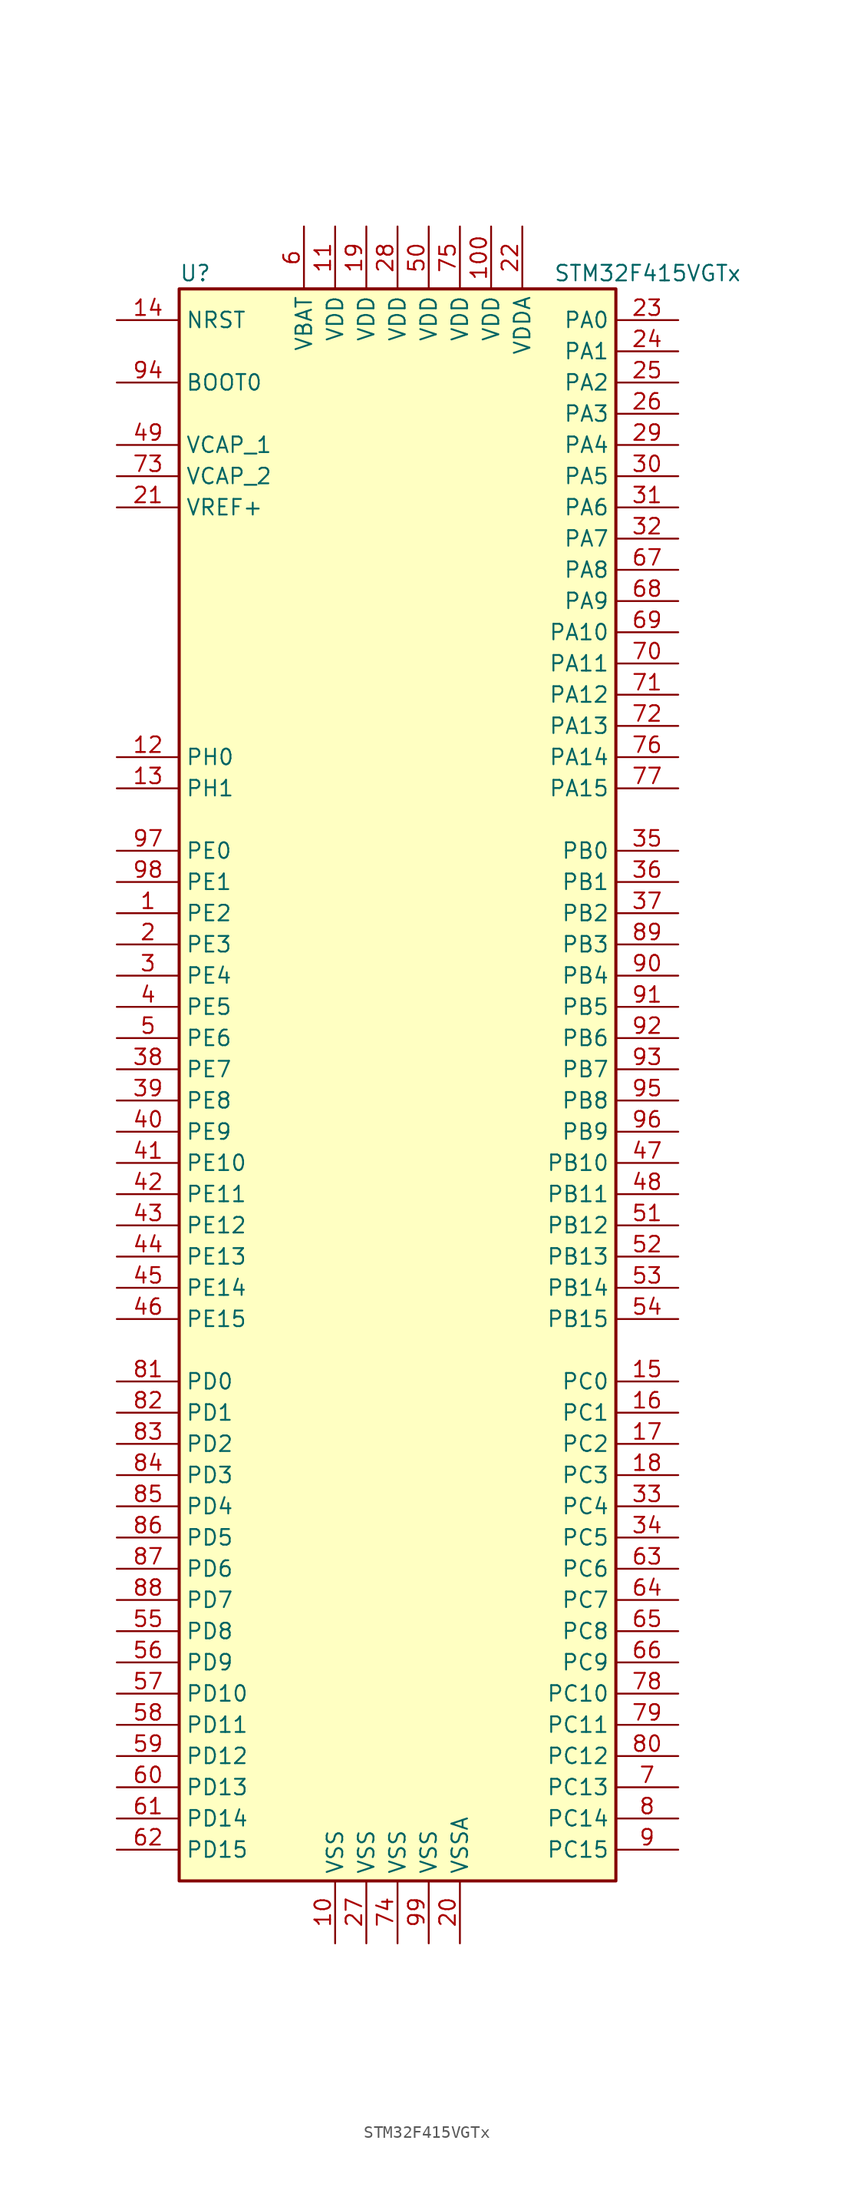
<source format=kicad_sym>
(kicad_symbol_lib
  (version 20201005)
  (generator kicad_symbol_editor)
  (symbol "MCU_ST_STM32F4:STM32F415VGTx"
    (property "Reference" "U"
      (at -17.78 64.77 0)
      (effects (font (size 1.27 1.27)) (justify left)))
    (property "Value" "STM32F415VGTx"
      (at 12.7 64.77 0)
      (effects (font (size 1.27 1.27)) (justify left)))
    (symbol "STM32F415VGTx_0_1"
      (rectangle (start -17.78 -66.04) (end 17.78 63.5) (stroke (width 0.254)) (fill (type background))))
    (symbol "STM32F415VGTx_1_1"
      (pin input line (at -22.86 55.88 0) (length 5.08) (name "BOOT0" (effects (font (size 1.27 1.27)))) (number "94" (effects (font (size 1.27 1.27)))))
      (pin input line (at -22.86 60.96 0) (length 5.08) (name "NRST" (effects (font (size 1.27 1.27)))) (number "14" (effects (font (size 1.27 1.27)))))
      (pin bidirectional line (at 22.86 60.96 180) (length 5.08) (name "PA0" (effects (font (size 1.27 1.27)))) (number "23" (effects (font (size 1.27 1.27)))))
      (pin bidirectional line (at 22.86 58.42 180) (length 5.08) (name "PA1" (effects (font (size 1.27 1.27)))) (number "24" (effects (font (size 1.27 1.27)))))
      (pin bidirectional line (at 22.86 35.56 180) (length 5.08) (name "PA10" (effects (font (size 1.27 1.27)))) (number "69" (effects (font (size 1.27 1.27)))))
      (pin bidirectional line (at 22.86 33.02 180) (length 5.08) (name "PA11" (effects (font (size 1.27 1.27)))) (number "70" (effects (font (size 1.27 1.27)))))
      (pin bidirectional line (at 22.86 30.48 180) (length 5.08) (name "PA12" (effects (font (size 1.27 1.27)))) (number "71" (effects (font (size 1.27 1.27)))))
      (pin bidirectional line (at 22.86 27.94 180) (length 5.08) (name "PA13" (effects (font (size 1.27 1.27)))) (number "72" (effects (font (size 1.27 1.27)))))
      (pin bidirectional line (at 22.86 25.4 180) (length 5.08) (name "PA14" (effects (font (size 1.27 1.27)))) (number "76" (effects (font (size 1.27 1.27)))))
      (pin bidirectional line (at 22.86 22.86 180) (length 5.08) (name "PA15" (effects (font (size 1.27 1.27)))) (number "77" (effects (font (size 1.27 1.27)))))
      (pin bidirectional line (at 22.86 55.88 180) (length 5.08) (name "PA2" (effects (font (size 1.27 1.27)))) (number "25" (effects (font (size 1.27 1.27)))))
      (pin bidirectional line (at 22.86 53.34 180) (length 5.08) (name "PA3" (effects (font (size 1.27 1.27)))) (number "26" (effects (font (size 1.27 1.27)))))
      (pin bidirectional line (at 22.86 50.8 180) (length 5.08) (name "PA4" (effects (font (size 1.27 1.27)))) (number "29" (effects (font (size 1.27 1.27)))))
      (pin bidirectional line (at 22.86 48.26 180) (length 5.08) (name "PA5" (effects (font (size 1.27 1.27)))) (number "30" (effects (font (size 1.27 1.27)))))
      (pin bidirectional line (at 22.86 45.72 180) (length 5.08) (name "PA6" (effects (font (size 1.27 1.27)))) (number "31" (effects (font (size 1.27 1.27)))))
      (pin bidirectional line (at 22.86 43.18 180) (length 5.08) (name "PA7" (effects (font (size 1.27 1.27)))) (number "32" (effects (font (size 1.27 1.27)))))
      (pin bidirectional line (at 22.86 40.64 180) (length 5.08) (name "PA8" (effects (font (size 1.27 1.27)))) (number "67" (effects (font (size 1.27 1.27)))))
      (pin bidirectional line (at 22.86 38.1 180) (length 5.08) (name "PA9" (effects (font (size 1.27 1.27)))) (number "68" (effects (font (size 1.27 1.27)))))
      (pin bidirectional line (at 22.86 17.78 180) (length 5.08) (name "PB0" (effects (font (size 1.27 1.27)))) (number "35" (effects (font (size 1.27 1.27)))))
      (pin bidirectional line (at 22.86 15.24 180) (length 5.08) (name "PB1" (effects (font (size 1.27 1.27)))) (number "36" (effects (font (size 1.27 1.27)))))
      (pin bidirectional line (at 22.86 -7.62 180) (length 5.08) (name "PB10" (effects (font (size 1.27 1.27)))) (number "47" (effects (font (size 1.27 1.27)))))
      (pin bidirectional line (at 22.86 -10.16 180) (length 5.08) (name "PB11" (effects (font (size 1.27 1.27)))) (number "48" (effects (font (size 1.27 1.27)))))
      (pin bidirectional line (at 22.86 -12.7 180) (length 5.08) (name "PB12" (effects (font (size 1.27 1.27)))) (number "51" (effects (font (size 1.27 1.27)))))
      (pin bidirectional line (at 22.86 -15.24 180) (length 5.08) (name "PB13" (effects (font (size 1.27 1.27)))) (number "52" (effects (font (size 1.27 1.27)))))
      (pin bidirectional line (at 22.86 -17.78 180) (length 5.08) (name "PB14" (effects (font (size 1.27 1.27)))) (number "53" (effects (font (size 1.27 1.27)))))
      (pin bidirectional line (at 22.86 -20.32 180) (length 5.08) (name "PB15" (effects (font (size 1.27 1.27)))) (number "54" (effects (font (size 1.27 1.27)))))
      (pin bidirectional line (at 22.86 12.7 180) (length 5.08) (name "PB2" (effects (font (size 1.27 1.27)))) (number "37" (effects (font (size 1.27 1.27)))))
      (pin bidirectional line (at 22.86 10.16 180) (length 5.08) (name "PB3" (effects (font (size 1.27 1.27)))) (number "89" (effects (font (size 1.27 1.27)))))
      (pin bidirectional line (at 22.86 7.62 180) (length 5.08) (name "PB4" (effects (font (size 1.27 1.27)))) (number "90" (effects (font (size 1.27 1.27)))))
      (pin bidirectional line (at 22.86 5.08 180) (length 5.08) (name "PB5" (effects (font (size 1.27 1.27)))) (number "91" (effects (font (size 1.27 1.27)))))
      (pin bidirectional line (at 22.86 2.54 180) (length 5.08) (name "PB6" (effects (font (size 1.27 1.27)))) (number "92" (effects (font (size 1.27 1.27)))))
      (pin bidirectional line (at 22.86 0 180) (length 5.08) (name "PB7" (effects (font (size 1.27 1.27)))) (number "93" (effects (font (size 1.27 1.27)))))
      (pin bidirectional line (at 22.86 -2.54 180) (length 5.08) (name "PB8" (effects (font (size 1.27 1.27)))) (number "95" (effects (font (size 1.27 1.27)))))
      (pin bidirectional line (at 22.86 -5.08 180) (length 5.08) (name "PB9" (effects (font (size 1.27 1.27)))) (number "96" (effects (font (size 1.27 1.27)))))
      (pin bidirectional line (at 22.86 -25.4 180) (length 5.08) (name "PC0" (effects (font (size 1.27 1.27)))) (number "15" (effects (font (size 1.27 1.27)))))
      (pin bidirectional line (at 22.86 -27.94 180) (length 5.08) (name "PC1" (effects (font (size 1.27 1.27)))) (number "16" (effects (font (size 1.27 1.27)))))
      (pin bidirectional line (at 22.86 -50.8 180) (length 5.08) (name "PC10" (effects (font (size 1.27 1.27)))) (number "78" (effects (font (size 1.27 1.27)))))
      (pin bidirectional line (at 22.86 -53.34 180) (length 5.08) (name "PC11" (effects (font (size 1.27 1.27)))) (number "79" (effects (font (size 1.27 1.27)))))
      (pin bidirectional line (at 22.86 -55.88 180) (length 5.08) (name "PC12" (effects (font (size 1.27 1.27)))) (number "80" (effects (font (size 1.27 1.27)))))
      (pin bidirectional line (at 22.86 -58.42 180) (length 5.08) (name "PC13" (effects (font (size 1.27 1.27)))) (number "7" (effects (font (size 1.27 1.27)))))
      (pin bidirectional line (at 22.86 -60.96 180) (length 5.08) (name "PC14" (effects (font (size 1.27 1.27)))) (number "8" (effects (font (size 1.27 1.27)))))
      (pin bidirectional line (at 22.86 -63.5 180) (length 5.08) (name "PC15" (effects (font (size 1.27 1.27)))) (number "9" (effects (font (size 1.27 1.27)))))
      (pin bidirectional line (at 22.86 -30.48 180) (length 5.08) (name "PC2" (effects (font (size 1.27 1.27)))) (number "17" (effects (font (size 1.27 1.27)))))
      (pin bidirectional line (at 22.86 -33.02 180) (length 5.08) (name "PC3" (effects (font (size 1.27 1.27)))) (number "18" (effects (font (size 1.27 1.27)))))
      (pin bidirectional line (at 22.86 -35.56 180) (length 5.08) (name "PC4" (effects (font (size 1.27 1.27)))) (number "33" (effects (font (size 1.27 1.27)))))
      (pin bidirectional line (at 22.86 -38.1 180) (length 5.08) (name "PC5" (effects (font (size 1.27 1.27)))) (number "34" (effects (font (size 1.27 1.27)))))
      (pin bidirectional line (at 22.86 -40.64 180) (length 5.08) (name "PC6" (effects (font (size 1.27 1.27)))) (number "63" (effects (font (size 1.27 1.27)))))
      (pin bidirectional line (at 22.86 -43.18 180) (length 5.08) (name "PC7" (effects (font (size 1.27 1.27)))) (number "64" (effects (font (size 1.27 1.27)))))
      (pin bidirectional line (at 22.86 -45.72 180) (length 5.08) (name "PC8" (effects (font (size 1.27 1.27)))) (number "65" (effects (font (size 1.27 1.27)))))
      (pin bidirectional line (at 22.86 -48.26 180) (length 5.08) (name "PC9" (effects (font (size 1.27 1.27)))) (number "66" (effects (font (size 1.27 1.27)))))
      (pin bidirectional line (at -22.86 -25.4 0) (length 5.08) (name "PD0" (effects (font (size 1.27 1.27)))) (number "81" (effects (font (size 1.27 1.27)))))
      (pin bidirectional line (at -22.86 -27.94 0) (length 5.08) (name "PD1" (effects (font (size 1.27 1.27)))) (number "82" (effects (font (size 1.27 1.27)))))
      (pin bidirectional line (at -22.86 -50.8 0) (length 5.08) (name "PD10" (effects (font (size 1.27 1.27)))) (number "57" (effects (font (size 1.27 1.27)))))
      (pin bidirectional line (at -22.86 -53.34 0) (length 5.08) (name "PD11" (effects (font (size 1.27 1.27)))) (number "58" (effects (font (size 1.27 1.27)))))
      (pin bidirectional line (at -22.86 -55.88 0) (length 5.08) (name "PD12" (effects (font (size 1.27 1.27)))) (number "59" (effects (font (size 1.27 1.27)))))
      (pin bidirectional line (at -22.86 -58.42 0) (length 5.08) (name "PD13" (effects (font (size 1.27 1.27)))) (number "60" (effects (font (size 1.27 1.27)))))
      (pin bidirectional line (at -22.86 -60.96 0) (length 5.08) (name "PD14" (effects (font (size 1.27 1.27)))) (number "61" (effects (font (size 1.27 1.27)))))
      (pin bidirectional line (at -22.86 -63.5 0) (length 5.08) (name "PD15" (effects (font (size 1.27 1.27)))) (number "62" (effects (font (size 1.27 1.27)))))
      (pin bidirectional line (at -22.86 -30.48 0) (length 5.08) (name "PD2" (effects (font (size 1.27 1.27)))) (number "83" (effects (font (size 1.27 1.27)))))
      (pin bidirectional line (at -22.86 -33.02 0) (length 5.08) (name "PD3" (effects (font (size 1.27 1.27)))) (number "84" (effects (font (size 1.27 1.27)))))
      (pin bidirectional line (at -22.86 -35.56 0) (length 5.08) (name "PD4" (effects (font (size 1.27 1.27)))) (number "85" (effects (font (size 1.27 1.27)))))
      (pin bidirectional line (at -22.86 -38.1 0) (length 5.08) (name "PD5" (effects (font (size 1.27 1.27)))) (number "86" (effects (font (size 1.27 1.27)))))
      (pin bidirectional line (at -22.86 -40.64 0) (length 5.08) (name "PD6" (effects (font (size 1.27 1.27)))) (number "87" (effects (font (size 1.27 1.27)))))
      (pin bidirectional line (at -22.86 -43.18 0) (length 5.08) (name "PD7" (effects (font (size 1.27 1.27)))) (number "88" (effects (font (size 1.27 1.27)))))
      (pin bidirectional line (at -22.86 -45.72 0) (length 5.08) (name "PD8" (effects (font (size 1.27 1.27)))) (number "55" (effects (font (size 1.27 1.27)))))
      (pin bidirectional line (at -22.86 -48.26 0) (length 5.08) (name "PD9" (effects (font (size 1.27 1.27)))) (number "56" (effects (font (size 1.27 1.27)))))
      (pin bidirectional line (at -22.86 17.78 0) (length 5.08) (name "PE0" (effects (font (size 1.27 1.27)))) (number "97" (effects (font (size 1.27 1.27)))))
      (pin bidirectional line (at -22.86 15.24 0) (length 5.08) (name "PE1" (effects (font (size 1.27 1.27)))) (number "98" (effects (font (size 1.27 1.27)))))
      (pin bidirectional line (at -22.86 -7.62 0) (length 5.08) (name "PE10" (effects (font (size 1.27 1.27)))) (number "41" (effects (font (size 1.27 1.27)))))
      (pin bidirectional line (at -22.86 -10.16 0) (length 5.08) (name "PE11" (effects (font (size 1.27 1.27)))) (number "42" (effects (font (size 1.27 1.27)))))
      (pin bidirectional line (at -22.86 -12.7 0) (length 5.08) (name "PE12" (effects (font (size 1.27 1.27)))) (number "43" (effects (font (size 1.27 1.27)))))
      (pin bidirectional line (at -22.86 -15.24 0) (length 5.08) (name "PE13" (effects (font (size 1.27 1.27)))) (number "44" (effects (font (size 1.27 1.27)))))
      (pin bidirectional line (at -22.86 -17.78 0) (length 5.08) (name "PE14" (effects (font (size 1.27 1.27)))) (number "45" (effects (font (size 1.27 1.27)))))
      (pin bidirectional line (at -22.86 -20.32 0) (length 5.08) (name "PE15" (effects (font (size 1.27 1.27)))) (number "46" (effects (font (size 1.27 1.27)))))
      (pin bidirectional line (at -22.86 12.7 0) (length 5.08) (name "PE2" (effects (font (size 1.27 1.27)))) (number "1" (effects (font (size 1.27 1.27)))))
      (pin bidirectional line (at -22.86 10.16 0) (length 5.08) (name "PE3" (effects (font (size 1.27 1.27)))) (number "2" (effects (font (size 1.27 1.27)))))
      (pin bidirectional line (at -22.86 7.62 0) (length 5.08) (name "PE4" (effects (font (size 1.27 1.27)))) (number "3" (effects (font (size 1.27 1.27)))))
      (pin bidirectional line (at -22.86 5.08 0) (length 5.08) (name "PE5" (effects (font (size 1.27 1.27)))) (number "4" (effects (font (size 1.27 1.27)))))
      (pin bidirectional line (at -22.86 2.54 0) (length 5.08) (name "PE6" (effects (font (size 1.27 1.27)))) (number "5" (effects (font (size 1.27 1.27)))))
      (pin bidirectional line (at -22.86 0 0) (length 5.08) (name "PE7" (effects (font (size 1.27 1.27)))) (number "38" (effects (font (size 1.27 1.27)))))
      (pin bidirectional line (at -22.86 -2.54 0) (length 5.08) (name "PE8" (effects (font (size 1.27 1.27)))) (number "39" (effects (font (size 1.27 1.27)))))
      (pin bidirectional line (at -22.86 -5.08 0) (length 5.08) (name "PE9" (effects (font (size 1.27 1.27)))) (number "40" (effects (font (size 1.27 1.27)))))
      (pin input line (at -22.86 25.4 0) (length 5.08) (name "PH0" (effects (font (size 1.27 1.27)))) (number "12" (effects (font (size 1.27 1.27)))))
      (pin input line (at -22.86 22.86 0) (length 5.08) (name "PH1" (effects (font (size 1.27 1.27)))) (number "13" (effects (font (size 1.27 1.27)))))
      (pin power_in line (at -7.62 68.58 270) (length 5.08) (name "VBAT" (effects (font (size 1.27 1.27)))) (number "6" (effects (font (size 1.27 1.27)))))
      (pin power_in line (at -22.86 50.8 0) (length 5.08) (name "VCAP_1" (effects (font (size 1.27 1.27)))) (number "49" (effects (font (size 1.27 1.27)))))
      (pin power_in line (at -22.86 48.26 0) (length 5.08) (name "VCAP_2" (effects (font (size 1.27 1.27)))) (number "73" (effects (font (size 1.27 1.27)))))
      (pin power_in line (at 7.62 68.58 270) (length 5.08) (name "VDD" (effects (font (size 1.27 1.27)))) (number "100" (effects (font (size 1.27 1.27)))))
      (pin power_in line (at -5.08 68.58 270) (length 5.08) (name "VDD" (effects (font (size 1.27 1.27)))) (number "11" (effects (font (size 1.27 1.27)))))
      (pin power_in line (at -2.54 68.58 270) (length 5.08) (name "VDD" (effects (font (size 1.27 1.27)))) (number "19" (effects (font (size 1.27 1.27)))))
      (pin power_in line (at 0 68.58 270) (length 5.08) (name "VDD" (effects (font (size 1.27 1.27)))) (number "28" (effects (font (size 1.27 1.27)))))
      (pin power_in line (at 2.54 68.58 270) (length 5.08) (name "VDD" (effects (font (size 1.27 1.27)))) (number "50" (effects (font (size 1.27 1.27)))))
      (pin power_in line (at 5.08 68.58 270) (length 5.08) (name "VDD" (effects (font (size 1.27 1.27)))) (number "75" (effects (font (size 1.27 1.27)))))
      (pin power_in line (at 10.16 68.58 270) (length 5.08) (name "VDDA" (effects (font (size 1.27 1.27)))) (number "22" (effects (font (size 1.27 1.27)))))
      (pin power_in line (at -22.86 45.72 0) (length 5.08) (name "VREF+" (effects (font (size 1.27 1.27)))) (number "21" (effects (font (size 1.27 1.27)))))
      (pin power_in line (at -5.08 -71.12 90) (length 5.08) (name "VSS" (effects (font (size 1.27 1.27)))) (number "10" (effects (font (size 1.27 1.27)))))
      (pin power_in line (at -2.54 -71.12 90) (length 5.08) (name "VSS" (effects (font (size 1.27 1.27)))) (number "27" (effects (font (size 1.27 1.27)))))
      (pin power_in line (at 0 -71.12 90) (length 5.08) (name "VSS" (effects (font (size 1.27 1.27)))) (number "74" (effects (font (size 1.27 1.27)))))
      (pin power_in line (at 2.54 -71.12 90) (length 5.08) (name "VSS" (effects (font (size 1.27 1.27)))) (number "99" (effects (font (size 1.27 1.27)))))
      (pin power_in line (at 5.08 -71.12 90) (length 5.08) (name "VSSA" (effects (font (size 1.27 1.27)))) (number "20" (effects (font (size 1.27 1.27))))))))
</source>
